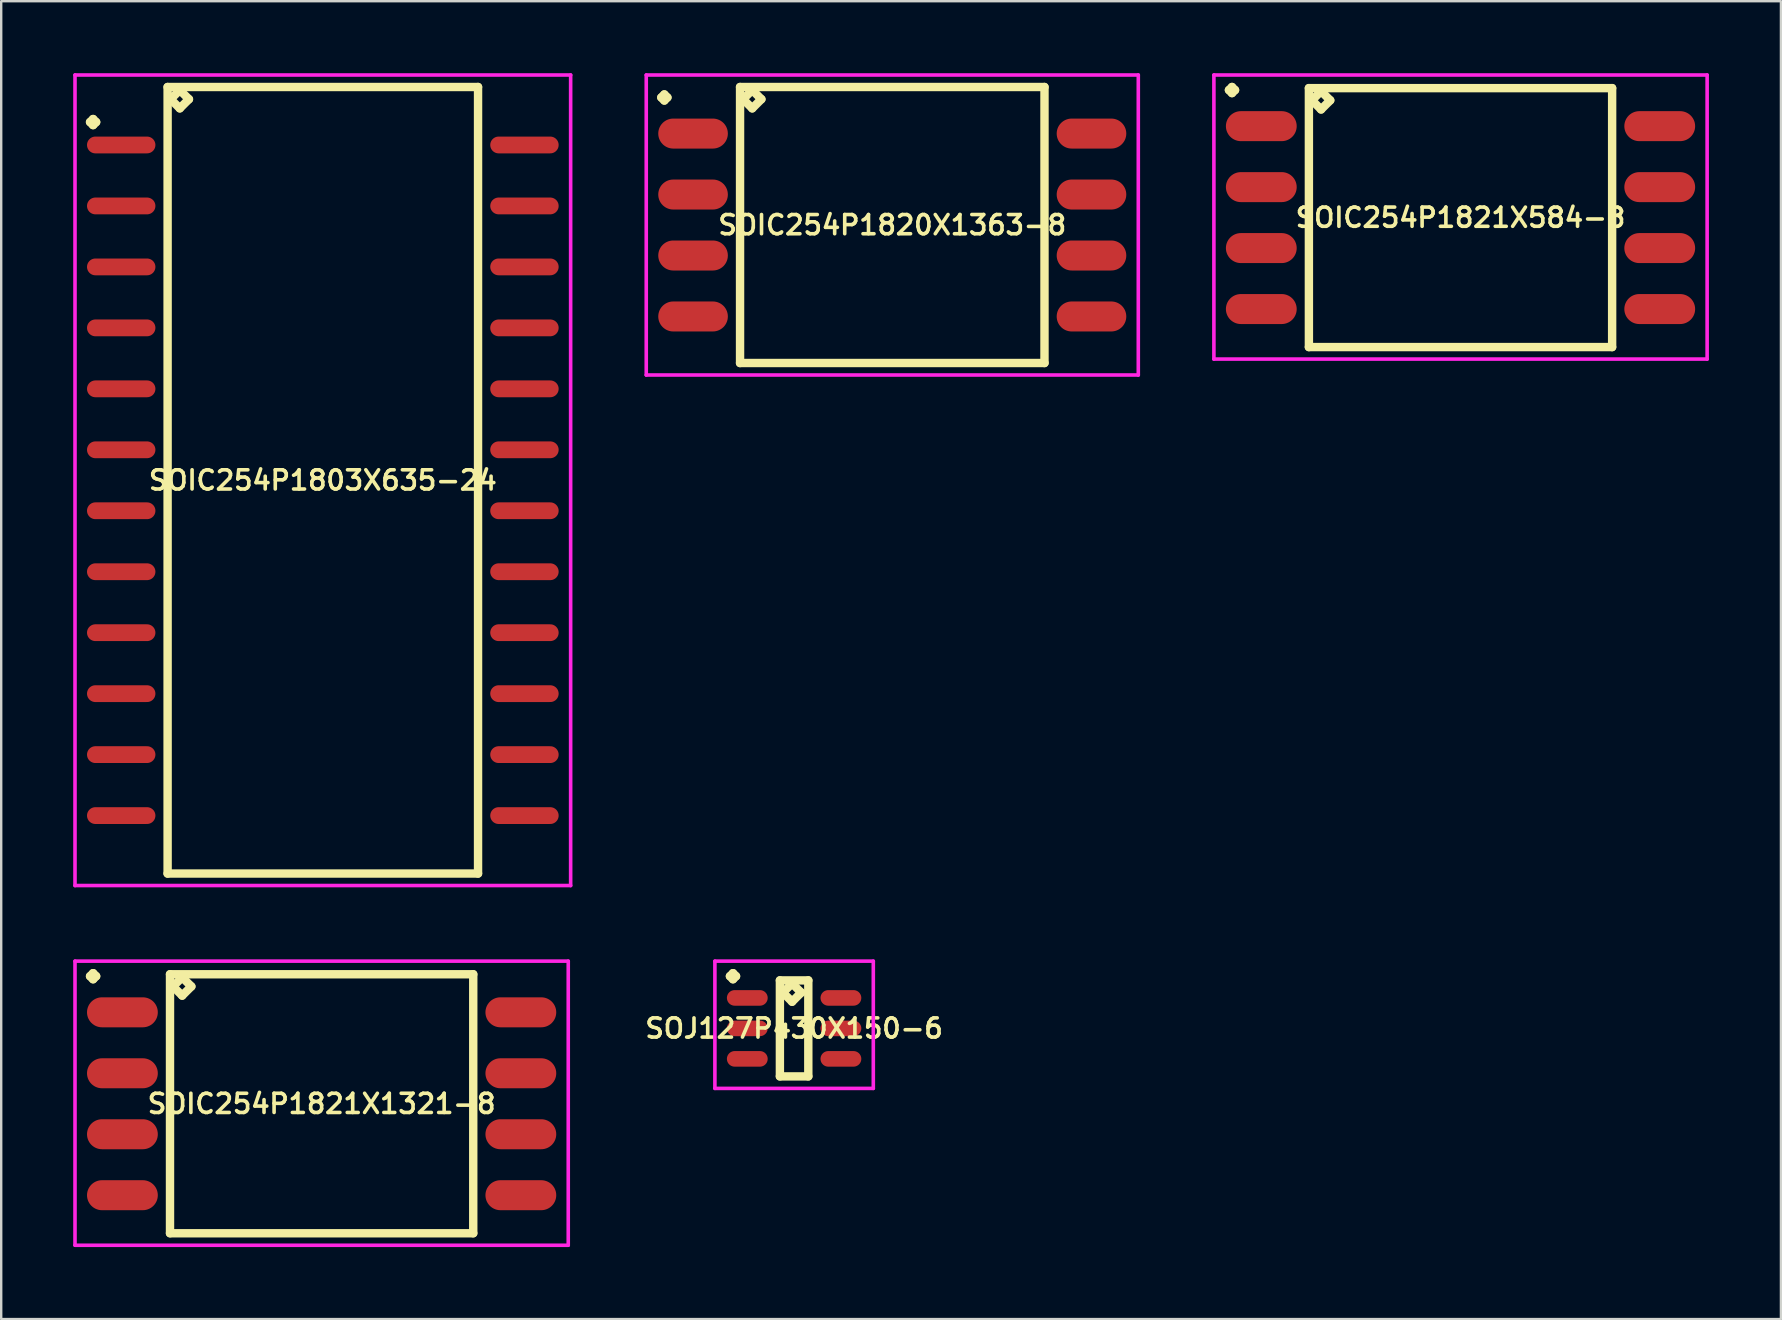
<source format=kicad_pcb>
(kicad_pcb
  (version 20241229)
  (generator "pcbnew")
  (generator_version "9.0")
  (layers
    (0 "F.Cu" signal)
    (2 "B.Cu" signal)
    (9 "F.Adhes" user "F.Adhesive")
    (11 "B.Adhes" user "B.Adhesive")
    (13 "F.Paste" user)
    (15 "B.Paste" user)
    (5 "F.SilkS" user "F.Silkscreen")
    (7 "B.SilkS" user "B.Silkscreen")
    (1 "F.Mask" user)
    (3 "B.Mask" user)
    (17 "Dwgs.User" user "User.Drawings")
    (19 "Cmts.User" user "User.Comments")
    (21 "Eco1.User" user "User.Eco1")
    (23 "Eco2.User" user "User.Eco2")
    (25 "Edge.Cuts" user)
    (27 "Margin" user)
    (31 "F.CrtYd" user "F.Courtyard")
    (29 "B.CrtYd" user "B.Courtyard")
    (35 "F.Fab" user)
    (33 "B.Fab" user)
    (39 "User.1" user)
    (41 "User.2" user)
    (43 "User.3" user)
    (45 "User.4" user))
  (footprint "SOIC254P1821X584-8"
    (layer "F.Cu")
    (at 57.8 6.016)
    (property "Reference" "SOIC254P1821X584-8" (at 0 0 0) (layer "F.SilkS") (effects (font (size 0.8 0.8) (thickness 0.15))))
    (attr smd)
    (fp_line (start -9.648 -5.314) (end -9.521 -5.441) (stroke (width 0.35) (type solid)) (layer "F.SilkS"))
    (fp_line (start -9.521 -5.441) (end -9.394 -5.314) (stroke (width 0.35) (type solid)) (layer "F.SilkS"))
    (fp_line (start -9.521 -5.187) (end -9.648 -5.314) (stroke (width 0.35) (type solid)) (layer "F.SilkS"))
    (fp_line (start -9.394 -5.314) (end -9.521 -5.187) (stroke (width 0.35) (type solid)) (layer "F.SilkS"))
    (fp_line (start -6.317 -5.395) (end -6.317 5.395) (stroke (width 0.35) (type solid)) (layer "F.SilkS"))
    (fp_line (start -6.317 5.395) (end 6.317 5.395) (stroke (width 0.35) (type solid)) (layer "F.SilkS"))
    (fp_line (start -6.19 -4.887) (end -5.809 -5.268) (stroke (width 0.35) (type solid)) (layer "F.SilkS"))
    (fp_line (start -5.809 -5.268) (end -5.428 -4.887) (stroke (width 0.35) (type solid)) (layer "F.SilkS"))
    (fp_line (start -5.809 -4.506) (end -6.19 -4.887) (stroke (width 0.35) (type solid)) (layer "F.SilkS"))
    (fp_line (start -5.428 -4.887) (end -5.809 -4.506) (stroke (width 0.35) (type solid)) (layer "F.SilkS"))
    (fp_line (start 6.317 -5.395) (end -6.317 -5.395) (stroke (width 0.35) (type solid)) (layer "F.SilkS"))
    (fp_line (start 6.317 5.395) (end 6.317 -5.395) (stroke (width 0.35) (type solid)) (layer "F.SilkS"))
    (fp_line (start -10.275 -5.941) (end 10.275 -5.941) (stroke (width 0.15) (type solid)) (layer "F.CrtYd"))
    (fp_line (start -10.275 5.895) (end -10.275 -5.941) (stroke (width 0.15) (type solid)) (layer "F.CrtYd"))
    (fp_line (start 10.275 -5.941) (end 10.275 5.895) (stroke (width 0.15) (type solid)) (layer "F.CrtYd"))
    (fp_line (start 10.275 5.895) (end -10.275 5.895) (stroke (width 0.15) (type solid)) (layer "F.CrtYd"))
    (pad "1" smd oval (at -8.3 -3.81) (size 2.95 1.25) (layers "F.Cu" "F.Mask" "F.Paste"))
    (pad "2" smd oval (at -8.3 -1.27) (size 2.95 1.25) (layers "F.Cu" "F.Mask" "F.Paste"))
    (pad "3" smd oval (at -8.3 1.27) (size 2.95 1.25) (layers "F.Cu" "F.Mask" "F.Paste"))
    (pad "4" smd oval (at -8.3 3.81) (size 2.95 1.25) (layers "F.Cu" "F.Mask" "F.Paste"))
    (pad "5" smd oval (at 8.3 3.81) (size 2.95 1.25) (layers "F.Cu" "F.Mask" "F.Paste"))
    (pad "6" smd oval (at 8.3 1.27) (size 2.95 1.25) (layers "F.Cu" "F.Mask" "F.Paste"))
    (pad "7" smd oval (at 8.3 -1.27) (size 2.95 1.25) (layers "F.Cu" "F.Mask" "F.Paste"))
    (pad "8" smd oval (at 8.3 -3.81) (size 2.95 1.25) (layers "F.Cu" "F.Mask" "F.Paste")))
  (footprint "SOIC254P1820X1363-8"
    (layer "F.Cu")
    (at 34.125 6.325)
    (property "Reference" "SOIC254P1820X1363-8" (at 0 0 0) (layer "F.SilkS") (effects (font (size 0.8 0.8) (thickness 0.15))))
    (attr smd)
    (fp_line (start -9.623 -5.314) (end -9.496 -5.441) (stroke (width 0.35) (type solid)) (layer "F.SilkS"))
    (fp_line (start -9.496 -5.441) (end -9.369 -5.314) (stroke (width 0.35) (type solid)) (layer "F.SilkS"))
    (fp_line (start -9.496 -5.187) (end -9.623 -5.314) (stroke (width 0.35) (type solid)) (layer "F.SilkS"))
    (fp_line (start -9.369 -5.314) (end -9.496 -5.187) (stroke (width 0.35) (type solid)) (layer "F.SilkS"))
    (fp_line (start -6.342 -5.75) (end -6.342 5.75) (stroke (width 0.35) (type solid)) (layer "F.SilkS"))
    (fp_line (start -6.342 5.75) (end 6.342 5.75) (stroke (width 0.35) (type solid)) (layer "F.SilkS"))
    (fp_line (start -6.215 -5.242) (end -5.834 -5.623) (stroke (width 0.35) (type solid)) (layer "F.SilkS"))
    (fp_line (start -5.834 -5.623) (end -5.453 -5.242) (stroke (width 0.35) (type solid)) (layer "F.SilkS"))
    (fp_line (start -5.834 -4.861) (end -6.215 -5.242) (stroke (width 0.35) (type solid)) (layer "F.SilkS"))
    (fp_line (start -5.453 -5.242) (end -5.834 -4.861) (stroke (width 0.35) (type solid)) (layer "F.SilkS"))
    (fp_line (start 6.342 -5.75) (end -6.342 -5.75) (stroke (width 0.35) (type solid)) (layer "F.SilkS"))
    (fp_line (start 6.342 5.75) (end 6.342 -5.75) (stroke (width 0.35) (type solid)) (layer "F.SilkS"))
    (fp_line (start -10.25 -6.25) (end 10.25 -6.25) (stroke (width 0.15) (type solid)) (layer "F.CrtYd"))
    (fp_line (start -10.25 6.25) (end -10.25 -6.25) (stroke (width 0.15) (type solid)) (layer "F.CrtYd"))
    (fp_line (start 10.25 -6.25) (end 10.25 6.25) (stroke (width 0.15) (type solid)) (layer "F.CrtYd"))
    (fp_line (start 10.25 6.25) (end -10.25 6.25) (stroke (width 0.15) (type solid)) (layer "F.CrtYd"))
    (pad "1" smd oval (at -8.3 -3.81) (size 2.9 1.25) (layers "F.Cu" "F.Mask" "F.Paste"))
    (pad "2" smd oval (at -8.3 -1.27) (size 2.9 1.25) (layers "F.Cu" "F.Mask" "F.Paste"))
    (pad "3" smd oval (at -8.3 1.27) (size 2.9 1.25) (layers "F.Cu" "F.Mask" "F.Paste"))
    (pad "4" smd oval (at -8.3 3.81) (size 2.9 1.25) (layers "F.Cu" "F.Mask" "F.Paste"))
    (pad "5" smd oval (at 8.3 3.81) (size 2.9 1.25) (layers "F.Cu" "F.Mask" "F.Paste"))
    (pad "6" smd oval (at 8.3 1.27) (size 2.9 1.25) (layers "F.Cu" "F.Mask" "F.Paste"))
    (pad "7" smd oval (at 8.3 -1.27) (size 2.9 1.25) (layers "F.Cu" "F.Mask" "F.Paste"))
    (pad "8" smd oval (at 8.3 -3.81) (size 2.9 1.25) (layers "F.Cu" "F.Mask" "F.Paste")))
  (footprint "SOIC254P1821X1321-8"
    (layer "F.Cu")
    (at 10.35 42.936)
    (property "Reference" "SOIC254P1821X1321-8" (at 0 0 0) (layer "F.SilkS") (effects (font (size 0.8 0.8) (thickness 0.15))))
    (attr smd)
    (fp_line (start -9.648 -5.314) (end -9.521 -5.441) (stroke (width 0.35) (type solid)) (layer "F.SilkS"))
    (fp_line (start -9.521 -5.441) (end -9.394 -5.314) (stroke (width 0.35) (type solid)) (layer "F.SilkS"))
    (fp_line (start -9.521 -5.187) (end -9.648 -5.314) (stroke (width 0.35) (type solid)) (layer "F.SilkS"))
    (fp_line (start -9.394 -5.314) (end -9.521 -5.187) (stroke (width 0.35) (type solid)) (layer "F.SilkS"))
    (fp_line (start -6.317 -5.395) (end -6.317 5.395) (stroke (width 0.35) (type solid)) (layer "F.SilkS"))
    (fp_line (start -6.317 5.395) (end 6.317 5.395) (stroke (width 0.35) (type solid)) (layer "F.SilkS"))
    (fp_line (start -6.19 -4.887) (end -5.809 -5.268) (stroke (width 0.35) (type solid)) (layer "F.SilkS"))
    (fp_line (start -5.809 -5.268) (end -5.428 -4.887) (stroke (width 0.35) (type solid)) (layer "F.SilkS"))
    (fp_line (start -5.809 -4.506) (end -6.19 -4.887) (stroke (width 0.35) (type solid)) (layer "F.SilkS"))
    (fp_line (start -5.428 -4.887) (end -5.809 -4.506) (stroke (width 0.35) (type solid)) (layer "F.SilkS"))
    (fp_line (start 6.317 -5.395) (end -6.317 -5.395) (stroke (width 0.35) (type solid)) (layer "F.SilkS"))
    (fp_line (start 6.317 5.395) (end 6.317 -5.395) (stroke (width 0.35) (type solid)) (layer "F.SilkS"))
    (fp_line (start -10.275 -5.941) (end 10.275 -5.941) (stroke (width 0.15) (type solid)) (layer "F.CrtYd"))
    (fp_line (start -10.275 5.895) (end -10.275 -5.941) (stroke (width 0.15) (type solid)) (layer "F.CrtYd"))
    (fp_line (start 10.275 -5.941) (end 10.275 5.895) (stroke (width 0.15) (type solid)) (layer "F.CrtYd"))
    (fp_line (start 10.275 5.895) (end -10.275 5.895) (stroke (width 0.15) (type solid)) (layer "F.CrtYd"))
    (pad "1" smd oval (at -8.3 -3.81) (size 2.95 1.25) (layers "F.Cu" "F.Mask" "F.Paste"))
    (pad "2" smd oval (at -8.3 -1.27) (size 2.95 1.25) (layers "F.Cu" "F.Mask" "F.Paste"))
    (pad "3" smd oval (at -8.3 1.27) (size 2.95 1.25) (layers "F.Cu" "F.Mask" "F.Paste"))
    (pad "4" smd oval (at -8.3 3.81) (size 2.95 1.25) (layers "F.Cu" "F.Mask" "F.Paste"))
    (pad "5" smd oval (at 8.3 3.81) (size 2.95 1.25) (layers "F.Cu" "F.Mask" "F.Paste"))
    (pad "6" smd oval (at 8.3 1.27) (size 2.95 1.25) (layers "F.Cu" "F.Mask" "F.Paste"))
    (pad "7" smd oval (at 8.3 -1.27) (size 2.95 1.25) (layers "F.Cu" "F.Mask" "F.Paste"))
    (pad "8" smd oval (at 8.3 -3.81) (size 2.95 1.25) (layers "F.Cu" "F.Mask" "F.Paste")))
  (footprint "SOIC254P1803X635-24"
    (layer "F.Cu")
    (at 10.4 16.96)
    (property "Reference" "SOIC254P1803X635-24" (at 0 0 0) (layer "F.SilkS") (effects (font (size 0.8 0.8) (thickness 0.15))))
    (attr smd)
    (fp_line (start -9.698 -14.924) (end -9.571 -15.051) (stroke (width 0.35) (type solid)) (layer "F.SilkS"))
    (fp_line (start -9.571 -15.051) (end -9.444 -14.924) (stroke (width 0.35) (type solid)) (layer "F.SilkS"))
    (fp_line (start -9.571 -14.797) (end -9.698 -14.924) (stroke (width 0.35) (type solid)) (layer "F.SilkS"))
    (fp_line (start -9.444 -14.924) (end -9.571 -14.797) (stroke (width 0.35) (type solid)) (layer "F.SilkS"))
    (fp_line (start -6.467 -16.385) (end -6.467 16.385) (stroke (width 0.35) (type solid)) (layer "F.SilkS"))
    (fp_line (start -6.467 16.385) (end 6.467 16.385) (stroke (width 0.35) (type solid)) (layer "F.SilkS"))
    (fp_line (start -6.34 -15.877) (end -5.959 -16.258) (stroke (width 0.35) (type solid)) (layer "F.SilkS"))
    (fp_line (start -5.959 -16.258) (end -5.578 -15.877) (stroke (width 0.35) (type solid)) (layer "F.SilkS"))
    (fp_line (start -5.959 -15.496) (end -6.34 -15.877) (stroke (width 0.35) (type solid)) (layer "F.SilkS"))
    (fp_line (start -5.578 -15.877) (end -5.959 -15.496) (stroke (width 0.35) (type solid)) (layer "F.SilkS"))
    (fp_line (start 6.467 -16.385) (end -6.467 -16.385) (stroke (width 0.35) (type solid)) (layer "F.SilkS"))
    (fp_line (start 6.467 16.385) (end 6.467 -16.385) (stroke (width 0.35) (type solid)) (layer "F.SilkS"))
    (fp_line (start -10.325 -16.885) (end 10.325 -16.885) (stroke (width 0.15) (type solid)) (layer "F.CrtYd"))
    (fp_line (start -10.325 16.885) (end -10.325 -16.885) (stroke (width 0.15) (type solid)) (layer "F.CrtYd"))
    (fp_line (start 10.325 -16.885) (end 10.325 16.885) (stroke (width 0.15) (type solid)) (layer "F.CrtYd"))
    (fp_line (start 10.325 16.885) (end -10.325 16.885) (stroke (width 0.15) (type solid)) (layer "F.CrtYd"))
    (pad "1" smd oval (at -8.4 -13.97) (size 2.85 0.7) (layers "F.Cu" "F.Mask" "F.Paste"))
    (pad "2" smd oval (at -8.4 -11.43) (size 2.85 0.7) (layers "F.Cu" "F.Mask" "F.Paste"))
    (pad "3" smd oval (at -8.4 -8.89) (size 2.85 0.7) (layers "F.Cu" "F.Mask" "F.Paste"))
    (pad "4" smd oval (at -8.4 -6.35) (size 2.85 0.7) (layers "F.Cu" "F.Mask" "F.Paste"))
    (pad "5" smd oval (at -8.4 -3.81) (size 2.85 0.7) (layers "F.Cu" "F.Mask" "F.Paste"))
    (pad "6" smd oval (at -8.4 -1.27) (size 2.85 0.7) (layers "F.Cu" "F.Mask" "F.Paste"))
    (pad "7" smd oval (at -8.4 1.27) (size 2.85 0.7) (layers "F.Cu" "F.Mask" "F.Paste"))
    (pad "8" smd oval (at -8.4 3.81) (size 2.85 0.7) (layers "F.Cu" "F.Mask" "F.Paste"))
    (pad "9" smd oval (at -8.4 6.35) (size 2.85 0.7) (layers "F.Cu" "F.Mask" "F.Paste"))
    (pad "10" smd oval (at -8.4 8.89) (size 2.85 0.7) (layers "F.Cu" "F.Mask" "F.Paste"))
    (pad "11" smd oval (at -8.4 11.43) (size 2.85 0.7) (layers "F.Cu" "F.Mask" "F.Paste"))
    (pad "12" smd oval (at -8.4 13.97) (size 2.85 0.7) (layers "F.Cu" "F.Mask" "F.Paste"))
    (pad "13" smd oval (at 8.4 13.97) (size 2.85 0.7) (layers "F.Cu" "F.Mask" "F.Paste"))
    (pad "14" smd oval (at 8.4 11.43) (size 2.85 0.7) (layers "F.Cu" "F.Mask" "F.Paste"))
    (pad "15" smd oval (at 8.4 8.89) (size 2.85 0.7) (layers "F.Cu" "F.Mask" "F.Paste"))
    (pad "16" smd oval (at 8.4 6.35) (size 2.85 0.7) (layers "F.Cu" "F.Mask" "F.Paste"))
    (pad "17" smd oval (at 8.4 3.81) (size 2.85 0.7) (layers "F.Cu" "F.Mask" "F.Paste"))
    (pad "18" smd oval (at 8.4 1.27) (size 2.85 0.7) (layers "F.Cu" "F.Mask" "F.Paste"))
    (pad "19" smd oval (at 8.4 -1.27) (size 2.85 0.7) (layers "F.Cu" "F.Mask" "F.Paste"))
    (pad "20" smd oval (at 8.4 -3.81) (size 2.85 0.7) (layers "F.Cu" "F.Mask" "F.Paste"))
    (pad "21" smd oval (at 8.4 -6.35) (size 2.85 0.7) (layers "F.Cu" "F.Mask" "F.Paste"))
    (pad "22" smd oval (at 8.4 -8.89) (size 2.85 0.7) (layers "F.Cu" "F.Mask" "F.Paste"))
    (pad "23" smd oval (at 8.4 -11.43) (size 2.85 0.7) (layers "F.Cu" "F.Mask" "F.Paste"))
    (pad "24" smd oval (at 8.4 -13.97) (size 2.85 0.7) (layers "F.Cu" "F.Mask" "F.Paste")))
  (footprint "SOJ127P430X150-6"
    (layer "F.Cu")
    (at 30.035 39.796)
    (property "Reference" "SOJ127P430X150-6" (at 0 0 0) (layer "F.SilkS") (effects (font (size 0.8 0.8) (thickness 0.15))))
    (attr smd)
    (fp_line (start -2.673 -2.174) (end -2.546 -2.301) (stroke (width 0.35) (type solid)) (layer "F.SilkS"))
    (fp_line (start -2.546 -2.301) (end -2.419 -2.174) (stroke (width 0.35) (type solid)) (layer "F.SilkS"))
    (fp_line (start -2.546 -2.047) (end -2.673 -2.174) (stroke (width 0.35) (type solid)) (layer "F.SilkS"))
    (fp_line (start -2.419 -2.174) (end -2.546 -2.047) (stroke (width 0.35) (type solid)) (layer "F.SilkS"))
    (fp_line (start -0.592 -2) (end -0.592 2) (stroke (width 0.35) (type solid)) (layer "F.SilkS"))
    (fp_line (start -0.592 2) (end 0.592 2) (stroke (width 0.35) (type solid)) (layer "F.SilkS"))
    (fp_line (start -0.465 -1.492) (end -0.084 -1.873) (stroke (width 0.35) (type solid)) (layer "F.SilkS"))
    (fp_line (start -0.084 -1.873) (end 0.297 -1.492) (stroke (width 0.35) (type solid)) (layer "F.SilkS"))
    (fp_line (start -0.084 -1.111) (end -0.465 -1.492) (stroke (width 0.35) (type solid)) (layer "F.SilkS"))
    (fp_line (start 0.297 -1.492) (end -0.084 -1.111) (stroke (width 0.35) (type solid)) (layer "F.SilkS"))
    (fp_line (start 0.592 -2) (end -0.592 -2) (stroke (width 0.35) (type solid)) (layer "F.SilkS"))
    (fp_line (start 0.592 2) (end 0.592 -2) (stroke (width 0.35) (type solid)) (layer "F.SilkS"))
    (fp_line (start -3.3 -2.801) (end 3.3 -2.801) (stroke (width 0.15) (type solid)) (layer "F.CrtYd"))
    (fp_line (start -3.3 2.5) (end -3.3 -2.801) (stroke (width 0.15) (type solid)) (layer "F.CrtYd"))
    (fp_line (start 3.3 -2.801) (end 3.3 2.5) (stroke (width 0.15) (type solid)) (layer "F.CrtYd"))
    (fp_line (start 3.3 2.5) (end -3.3 2.5) (stroke (width 0.15) (type solid)) (layer "F.CrtYd"))
    (pad "1" smd oval (at -1.95 -1.27) (size 1.7 0.65) (layers "F.Cu" "F.Mask" "F.Paste"))
    (pad "2" smd oval (at -1.95 0) (size 1.7 0.65) (layers "F.Cu" "F.Mask" "F.Paste"))
    (pad "3" smd oval (at -1.95 1.27) (size 1.7 0.65) (layers "F.Cu" "F.Mask" "F.Paste"))
    (pad "4" smd oval (at 1.95 1.27) (size 1.7 0.65) (layers "F.Cu" "F.Mask" "F.Paste"))
    (pad "5" smd oval (at 1.95 0) (size 1.7 0.65) (layers "F.Cu" "F.Mask" "F.Paste"))
    (pad "6" smd oval (at 1.95 -1.27) (size 1.7 0.65) (layers "F.Cu" "F.Mask" "F.Paste")))
  (gr_rect
    (start -3 -3)
    (end 71.15 51.906)
    (stroke (width 0.1) (type default))
    (fill no)
    (layer "Edge.Cuts")))
</source>
